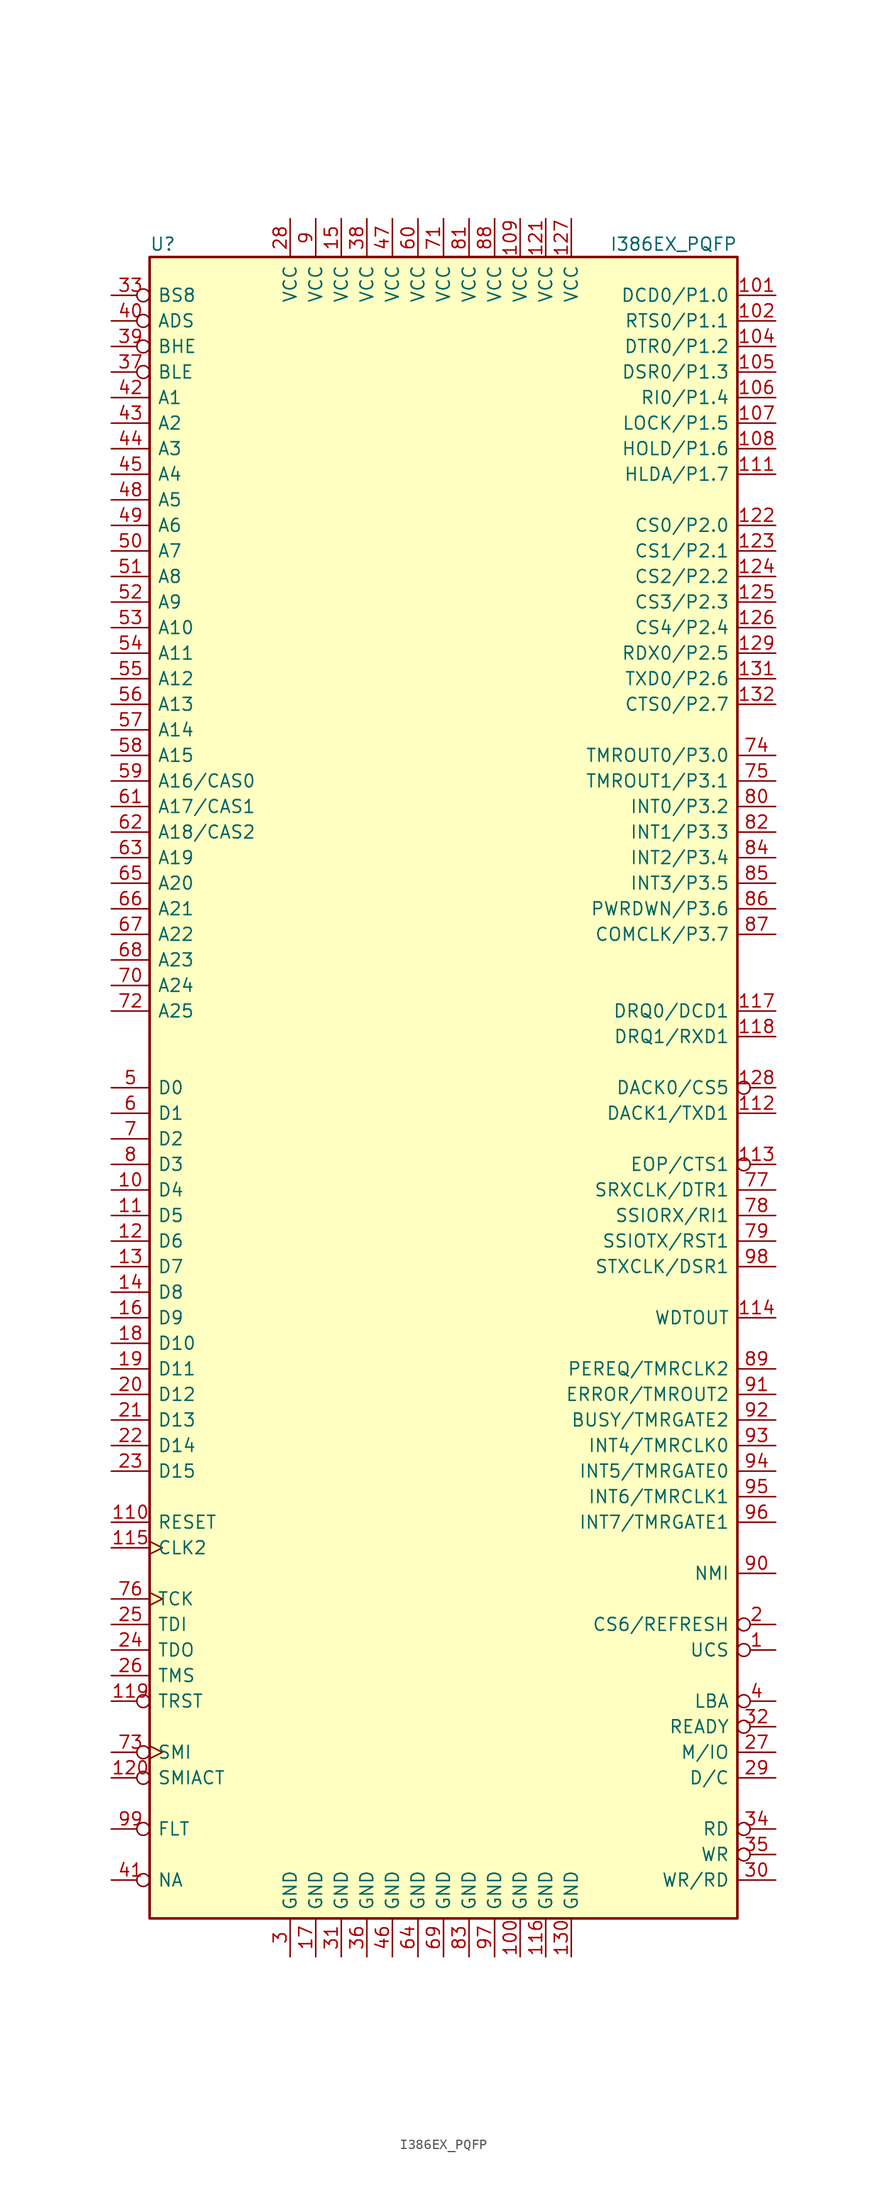
<source format=kicad_sym>
(kicad_symbol_lib
  (version 20201005)
  (generator kicad_symbol_editor)
  (symbol "I386EX_PQFP"
    (pin_names
      (offset 0.762))
    (property "Reference" "U"
      (at -29.21 83.82 0)
      (effects (font (size 1.27 1.27)) (justify left)))
    (property "Value" "I386EX_PQFP"
      (at 16.51 83.82 0)
      (effects (font (size 1.27 1.27)) (justify left)))
    (symbol "I386EX_PQFP_1_1"
      (rectangle (start -29.21 -82.55) (end 29.21 82.55) (stroke (width 0.254)) (fill (type background)))
      (pin output inverted (at 33.02 -55.88 180) (length 3.81) (name "UCS" (effects (font (size 1.27 1.27)))) (number "1" (effects (font (size 1.27 1.27)))))
      (pin tri_state line (at -33.02 -10.16 0) (length 3.81) (name "D4" (effects (font (size 1.27 1.27)))) (number "10" (effects (font (size 1.27 1.27)))))
      (pin power_in line (at 7.62 -86.36 90) (length 3.81) (name "GND" (effects (font (size 1.27 1.27)))) (number "100" (effects (font (size 1.27 1.27)))))
      (pin bidirectional line (at 33.02 78.74 180) (length 3.81) (name "DCD0/P1.0" (effects (font (size 1.27 1.27)))) (number "101" (effects (font (size 1.27 1.27)))))
      (pin bidirectional line (at 33.02 76.2 180) (length 3.81) (name "RTS0/P1.1" (effects (font (size 1.27 1.27)))) (number "102" (effects (font (size 1.27 1.27)))))
      (pin bidirectional line (at 33.02 73.66 180) (length 3.81) (name "DTR0/P1.2" (effects (font (size 1.27 1.27)))) (number "104" (effects (font (size 1.27 1.27)))))
      (pin bidirectional line (at 33.02 71.12 180) (length 3.81) (name "DSR0/P1.3" (effects (font (size 1.27 1.27)))) (number "105" (effects (font (size 1.27 1.27)))))
      (pin bidirectional line (at 33.02 68.58 180) (length 3.81) (name "RI0/P1.4" (effects (font (size 1.27 1.27)))) (number "106" (effects (font (size 1.27 1.27)))))
      (pin bidirectional line (at 33.02 66.04 180) (length 3.81) (name "LOCK/P1.5" (effects (font (size 1.27 1.27)))) (number "107" (effects (font (size 1.27 1.27)))))
      (pin bidirectional line (at 33.02 63.5 180) (length 3.81) (name "HOLD/P1.6" (effects (font (size 1.27 1.27)))) (number "108" (effects (font (size 1.27 1.27)))))
      (pin power_in line (at 7.62 86.36 270) (length 3.81) (name "VCC" (effects (font (size 1.27 1.27)))) (number "109" (effects (font (size 1.27 1.27)))))
      (pin tri_state line (at -33.02 -12.7 0) (length 3.81) (name "D5" (effects (font (size 1.27 1.27)))) (number "11" (effects (font (size 1.27 1.27)))))
      (pin input line (at -33.02 -43.18 0) (length 3.81) (name "RESET" (effects (font (size 1.27 1.27)))) (number "110" (effects (font (size 1.27 1.27)))))
      (pin bidirectional line (at 33.02 60.96 180) (length 3.81) (name "HLDA/P1.7" (effects (font (size 1.27 1.27)))) (number "111" (effects (font (size 1.27 1.27)))))
      (pin output line (at 33.02 -2.54 180) (length 3.81) (name "DACK1/TXD1" (effects (font (size 1.27 1.27)))) (number "112" (effects (font (size 1.27 1.27)))))
      (pin bidirectional inverted (at 33.02 -7.62 180) (length 3.81) (name "EOP/CTS1" (effects (font (size 1.27 1.27)))) (number "113" (effects (font (size 1.27 1.27)))))
      (pin output line (at 33.02 -22.86 180) (length 3.81) (name "WDTOUT" (effects (font (size 1.27 1.27)))) (number "114" (effects (font (size 1.27 1.27)))))
      (pin input clock (at -33.02 -45.72 0) (length 3.81) (name "CLK2" (effects (font (size 1.27 1.27)))) (number "115" (effects (font (size 1.27 1.27)))))
      (pin power_in line (at 10.16 -86.36 90) (length 3.81) (name "GND" (effects (font (size 1.27 1.27)))) (number "116" (effects (font (size 1.27 1.27)))))
      (pin input line (at 33.02 7.62 180) (length 3.81) (name "DRQ0/DCD1" (effects (font (size 1.27 1.27)))) (number "117" (effects (font (size 1.27 1.27)))))
      (pin input line (at 33.02 5.08 180) (length 3.81) (name "DRQ1/RXD1" (effects (font (size 1.27 1.27)))) (number "118" (effects (font (size 1.27 1.27)))))
      (pin input inverted (at -33.02 -60.96 0) (length 3.81) (name "TRST" (effects (font (size 1.27 1.27)))) (number "119" (effects (font (size 1.27 1.27)))))
      (pin tri_state line (at -33.02 -15.24 0) (length 3.81) (name "D6" (effects (font (size 1.27 1.27)))) (number "12" (effects (font (size 1.27 1.27)))))
      (pin output inverted (at -33.02 -68.58 0) (length 3.81) (name "SMIACT" (effects (font (size 1.27 1.27)))) (number "120" (effects (font (size 1.27 1.27)))))
      (pin power_in line (at 10.16 86.36 270) (length 3.81) (name "VCC" (effects (font (size 1.27 1.27)))) (number "121" (effects (font (size 1.27 1.27)))))
      (pin bidirectional line (at 33.02 55.88 180) (length 3.81) (name "CS0/P2.0" (effects (font (size 1.27 1.27)))) (number "122" (effects (font (size 1.27 1.27)))))
      (pin bidirectional line (at 33.02 53.34 180) (length 3.81) (name "CS1/P2.1" (effects (font (size 1.27 1.27)))) (number "123" (effects (font (size 1.27 1.27)))))
      (pin bidirectional line (at 33.02 50.8 180) (length 3.81) (name "CS2/P2.2" (effects (font (size 1.27 1.27)))) (number "124" (effects (font (size 1.27 1.27)))))
      (pin bidirectional line (at 33.02 48.26 180) (length 3.81) (name "CS3/P2.3" (effects (font (size 1.27 1.27)))) (number "125" (effects (font (size 1.27 1.27)))))
      (pin bidirectional line (at 33.02 45.72 180) (length 3.81) (name "CS4/P2.4" (effects (font (size 1.27 1.27)))) (number "126" (effects (font (size 1.27 1.27)))))
      (pin power_in line (at 12.7 86.36 270) (length 3.81) (name "VCC" (effects (font (size 1.27 1.27)))) (number "127" (effects (font (size 1.27 1.27)))))
      (pin output inverted (at 33.02 0 180) (length 3.81) (name "DACK0/CS5" (effects (font (size 1.27 1.27)))) (number "128" (effects (font (size 1.27 1.27)))))
      (pin bidirectional line (at 33.02 43.18 180) (length 3.81) (name "RDX0/P2.5" (effects (font (size 1.27 1.27)))) (number "129" (effects (font (size 1.27 1.27)))))
      (pin tri_state line (at -33.02 -17.78 0) (length 3.81) (name "D7" (effects (font (size 1.27 1.27)))) (number "13" (effects (font (size 1.27 1.27)))))
      (pin power_in line (at 12.7 -86.36 90) (length 3.81) (name "GND" (effects (font (size 1.27 1.27)))) (number "130" (effects (font (size 1.27 1.27)))))
      (pin bidirectional line (at 33.02 40.64 180) (length 3.81) (name "TXD0/P2.6" (effects (font (size 1.27 1.27)))) (number "131" (effects (font (size 1.27 1.27)))))
      (pin bidirectional line (at 33.02 38.1 180) (length 3.81) (name "CTS0/P2.7" (effects (font (size 1.27 1.27)))) (number "132" (effects (font (size 1.27 1.27)))))
      (pin tri_state line (at -33.02 -20.32 0) (length 3.81) (name "D8" (effects (font (size 1.27 1.27)))) (number "14" (effects (font (size 1.27 1.27)))))
      (pin power_in line (at -10.16 86.36 270) (length 3.81) (name "VCC" (effects (font (size 1.27 1.27)))) (number "15" (effects (font (size 1.27 1.27)))))
      (pin tri_state line (at -33.02 -22.86 0) (length 3.81) (name "D9" (effects (font (size 1.27 1.27)))) (number "16" (effects (font (size 1.27 1.27)))))
      (pin power_in line (at -12.7 -86.36 90) (length 3.81) (name "GND" (effects (font (size 1.27 1.27)))) (number "17" (effects (font (size 1.27 1.27)))))
      (pin tri_state line (at -33.02 -25.4 0) (length 3.81) (name "D10" (effects (font (size 1.27 1.27)))) (number "18" (effects (font (size 1.27 1.27)))))
      (pin tri_state line (at -33.02 -27.94 0) (length 3.81) (name "D11" (effects (font (size 1.27 1.27)))) (number "19" (effects (font (size 1.27 1.27)))))
      (pin output inverted (at 33.02 -53.34 180) (length 3.81) (name "CS6/REFRESH" (effects (font (size 1.27 1.27)))) (number "2" (effects (font (size 1.27 1.27)))))
      (pin tri_state line (at -33.02 -30.48 0) (length 3.81) (name "D12" (effects (font (size 1.27 1.27)))) (number "20" (effects (font (size 1.27 1.27)))))
      (pin tri_state line (at -33.02 -33.02 0) (length 3.81) (name "D13" (effects (font (size 1.27 1.27)))) (number "21" (effects (font (size 1.27 1.27)))))
      (pin tri_state line (at -33.02 -35.56 0) (length 3.81) (name "D14" (effects (font (size 1.27 1.27)))) (number "22" (effects (font (size 1.27 1.27)))))
      (pin tri_state line (at -33.02 -38.1 0) (length 3.81) (name "D15" (effects (font (size 1.27 1.27)))) (number "23" (effects (font (size 1.27 1.27)))))
      (pin output line (at -33.02 -55.88 0) (length 3.81) (name "TDO" (effects (font (size 1.27 1.27)))) (number "24" (effects (font (size 1.27 1.27)))))
      (pin input line (at -33.02 -53.34 0) (length 3.81) (name "TDI" (effects (font (size 1.27 1.27)))) (number "25" (effects (font (size 1.27 1.27)))))
      (pin input line (at -33.02 -58.42 0) (length 3.81) (name "TMS" (effects (font (size 1.27 1.27)))) (number "26" (effects (font (size 1.27 1.27)))))
      (pin output line (at 33.02 -66.04 180) (length 3.81) (name "M/IO" (effects (font (size 1.27 1.27)))) (number "27" (effects (font (size 1.27 1.27)))))
      (pin power_in line (at -15.24 86.36 270) (length 3.81) (name "VCC" (effects (font (size 1.27 1.27)))) (number "28" (effects (font (size 1.27 1.27)))))
      (pin output line (at 33.02 -68.58 180) (length 3.81) (name "D/C" (effects (font (size 1.27 1.27)))) (number "29" (effects (font (size 1.27 1.27)))))
      (pin power_in line (at -15.24 -86.36 90) (length 3.81) (name "GND" (effects (font (size 1.27 1.27)))) (number "3" (effects (font (size 1.27 1.27)))))
      (pin output line (at 33.02 -78.74 180) (length 3.81) (name "WR/RD" (effects (font (size 1.27 1.27)))) (number "30" (effects (font (size 1.27 1.27)))))
      (pin power_in line (at -10.16 -86.36 90) (length 3.81) (name "GND" (effects (font (size 1.27 1.27)))) (number "31" (effects (font (size 1.27 1.27)))))
      (pin bidirectional inverted (at 33.02 -63.5 180) (length 3.81) (name "READY" (effects (font (size 1.27 1.27)))) (number "32" (effects (font (size 1.27 1.27)))))
      (pin input inverted (at -33.02 78.74 0) (length 3.81) (name "BS8" (effects (font (size 1.27 1.27)))) (number "33" (effects (font (size 1.27 1.27)))))
      (pin output inverted (at 33.02 -73.66 180) (length 3.81) (name "RD" (effects (font (size 1.27 1.27)))) (number "34" (effects (font (size 1.27 1.27)))))
      (pin output inverted (at 33.02 -76.2 180) (length 3.81) (name "WR" (effects (font (size 1.27 1.27)))) (number "35" (effects (font (size 1.27 1.27)))))
      (pin power_in line (at -7.62 -86.36 90) (length 3.81) (name "GND" (effects (font (size 1.27 1.27)))) (number "36" (effects (font (size 1.27 1.27)))))
      (pin output inverted (at -33.02 71.12 0) (length 3.81) (name "BLE" (effects (font (size 1.27 1.27)))) (number "37" (effects (font (size 1.27 1.27)))))
      (pin power_in line (at -7.62 86.36 270) (length 3.81) (name "VCC" (effects (font (size 1.27 1.27)))) (number "38" (effects (font (size 1.27 1.27)))))
      (pin output inverted (at -33.02 73.66 0) (length 3.81) (name "BHE" (effects (font (size 1.27 1.27)))) (number "39" (effects (font (size 1.27 1.27)))))
      (pin output inverted (at 33.02 -60.96 180) (length 3.81) (name "LBA" (effects (font (size 1.27 1.27)))) (number "4" (effects (font (size 1.27 1.27)))))
      (pin output inverted (at -33.02 76.2 0) (length 3.81) (name "ADS" (effects (font (size 1.27 1.27)))) (number "40" (effects (font (size 1.27 1.27)))))
      (pin input inverted (at -33.02 -78.74 0) (length 3.81) (name "NA" (effects (font (size 1.27 1.27)))) (number "41" (effects (font (size 1.27 1.27)))))
      (pin tri_state line (at -33.02 68.58 0) (length 3.81) (name "A1" (effects (font (size 1.27 1.27)))) (number "42" (effects (font (size 1.27 1.27)))))
      (pin tri_state line (at -33.02 66.04 0) (length 3.81) (name "A2" (effects (font (size 1.27 1.27)))) (number "43" (effects (font (size 1.27 1.27)))))
      (pin tri_state line (at -33.02 63.5 0) (length 3.81) (name "A3" (effects (font (size 1.27 1.27)))) (number "44" (effects (font (size 1.27 1.27)))))
      (pin tri_state line (at -33.02 60.96 0) (length 3.81) (name "A4" (effects (font (size 1.27 1.27)))) (number "45" (effects (font (size 1.27 1.27)))))
      (pin power_in line (at -5.08 -86.36 90) (length 3.81) (name "GND" (effects (font (size 1.27 1.27)))) (number "46" (effects (font (size 1.27 1.27)))))
      (pin power_in line (at -5.08 86.36 270) (length 3.81) (name "VCC" (effects (font (size 1.27 1.27)))) (number "47" (effects (font (size 1.27 1.27)))))
      (pin tri_state line (at -33.02 58.42 0) (length 3.81) (name "A5" (effects (font (size 1.27 1.27)))) (number "48" (effects (font (size 1.27 1.27)))))
      (pin tri_state line (at -33.02 55.88 0) (length 3.81) (name "A6" (effects (font (size 1.27 1.27)))) (number "49" (effects (font (size 1.27 1.27)))))
      (pin tri_state line (at -33.02 0 0) (length 3.81) (name "D0" (effects (font (size 1.27 1.27)))) (number "5" (effects (font (size 1.27 1.27)))))
      (pin tri_state line (at -33.02 53.34 0) (length 3.81) (name "A7" (effects (font (size 1.27 1.27)))) (number "50" (effects (font (size 1.27 1.27)))))
      (pin tri_state line (at -33.02 50.8 0) (length 3.81) (name "A8" (effects (font (size 1.27 1.27)))) (number "51" (effects (font (size 1.27 1.27)))))
      (pin tri_state line (at -33.02 48.26 0) (length 3.81) (name "A9" (effects (font (size 1.27 1.27)))) (number "52" (effects (font (size 1.27 1.27)))))
      (pin tri_state line (at -33.02 45.72 0) (length 3.81) (name "A10" (effects (font (size 1.27 1.27)))) (number "53" (effects (font (size 1.27 1.27)))))
      (pin tri_state line (at -33.02 43.18 0) (length 3.81) (name "A11" (effects (font (size 1.27 1.27)))) (number "54" (effects (font (size 1.27 1.27)))))
      (pin tri_state line (at -33.02 40.64 0) (length 3.81) (name "A12" (effects (font (size 1.27 1.27)))) (number "55" (effects (font (size 1.27 1.27)))))
      (pin tri_state line (at -33.02 38.1 0) (length 3.81) (name "A13" (effects (font (size 1.27 1.27)))) (number "56" (effects (font (size 1.27 1.27)))))
      (pin tri_state line (at -33.02 35.56 0) (length 3.81) (name "A14" (effects (font (size 1.27 1.27)))) (number "57" (effects (font (size 1.27 1.27)))))
      (pin tri_state line (at -33.02 33.02 0) (length 3.81) (name "A15" (effects (font (size 1.27 1.27)))) (number "58" (effects (font (size 1.27 1.27)))))
      (pin tri_state line (at -33.02 30.48 0) (length 3.81) (name "A16/CAS0" (effects (font (size 1.27 1.27)))) (number "59" (effects (font (size 1.27 1.27)))))
      (pin tri_state line (at -33.02 -2.54 0) (length 3.81) (name "D1" (effects (font (size 1.27 1.27)))) (number "6" (effects (font (size 1.27 1.27)))))
      (pin power_in line (at -2.54 86.36 270) (length 3.81) (name "VCC" (effects (font (size 1.27 1.27)))) (number "60" (effects (font (size 1.27 1.27)))))
      (pin tri_state line (at -33.02 27.94 0) (length 3.81) (name "A17/CAS1" (effects (font (size 1.27 1.27)))) (number "61" (effects (font (size 1.27 1.27)))))
      (pin tri_state line (at -33.02 25.4 0) (length 3.81) (name "A18/CAS2" (effects (font (size 1.27 1.27)))) (number "62" (effects (font (size 1.27 1.27)))))
      (pin tri_state line (at -33.02 22.86 0) (length 3.81) (name "A19" (effects (font (size 1.27 1.27)))) (number "63" (effects (font (size 1.27 1.27)))))
      (pin power_in line (at -2.54 -86.36 90) (length 3.81) (name "GND" (effects (font (size 1.27 1.27)))) (number "64" (effects (font (size 1.27 1.27)))))
      (pin tri_state line (at -33.02 20.32 0) (length 3.81) (name "A20" (effects (font (size 1.27 1.27)))) (number "65" (effects (font (size 1.27 1.27)))))
      (pin tri_state line (at -33.02 17.78 0) (length 3.81) (name "A21" (effects (font (size 1.27 1.27)))) (number "66" (effects (font (size 1.27 1.27)))))
      (pin tri_state line (at -33.02 15.24 0) (length 3.81) (name "A22" (effects (font (size 1.27 1.27)))) (number "67" (effects (font (size 1.27 1.27)))))
      (pin tri_state line (at -33.02 12.7 0) (length 3.81) (name "A23" (effects (font (size 1.27 1.27)))) (number "68" (effects (font (size 1.27 1.27)))))
      (pin power_in line (at 0 -86.36 90) (length 3.81) (name "GND" (effects (font (size 1.27 1.27)))) (number "69" (effects (font (size 1.27 1.27)))))
      (pin tri_state line (at -33.02 -5.08 0) (length 3.81) (name "D2" (effects (font (size 1.27 1.27)))) (number "7" (effects (font (size 1.27 1.27)))))
      (pin tri_state line (at -33.02 10.16 0) (length 3.81) (name "A24" (effects (font (size 1.27 1.27)))) (number "70" (effects (font (size 1.27 1.27)))))
      (pin power_in line (at 0 86.36 270) (length 3.81) (name "VCC" (effects (font (size 1.27 1.27)))) (number "71" (effects (font (size 1.27 1.27)))))
      (pin tri_state line (at -33.02 7.62 0) (length 3.81) (name "A25" (effects (font (size 1.27 1.27)))) (number "72" (effects (font (size 1.27 1.27)))))
      (pin input inverted_clock (at -33.02 -66.04 0) (length 3.81) (name "SMI" (effects (font (size 1.27 1.27)))) (number "73" (effects (font (size 1.27 1.27)))))
      (pin bidirectional line (at 33.02 33.02 180) (length 3.81) (name "TMROUT0/P3.0" (effects (font (size 1.27 1.27)))) (number "74" (effects (font (size 1.27 1.27)))))
      (pin bidirectional line (at 33.02 30.48 180) (length 3.81) (name "TMROUT1/P3.1" (effects (font (size 1.27 1.27)))) (number "75" (effects (font (size 1.27 1.27)))))
      (pin input clock (at -33.02 -50.8 0) (length 3.81) (name "TCK" (effects (font (size 1.27 1.27)))) (number "76" (effects (font (size 1.27 1.27)))))
      (pin bidirectional line (at 33.02 -10.16 180) (length 3.81) (name "SRXCLK/DTR1" (effects (font (size 1.27 1.27)))) (number "77" (effects (font (size 1.27 1.27)))))
      (pin input line (at 33.02 -12.7 180) (length 3.81) (name "SSIORX/RI1" (effects (font (size 1.27 1.27)))) (number "78" (effects (font (size 1.27 1.27)))))
      (pin bidirectional line (at 33.02 -15.24 180) (length 3.81) (name "SSIOTX/RST1" (effects (font (size 1.27 1.27)))) (number "79" (effects (font (size 1.27 1.27)))))
      (pin tri_state line (at -33.02 -7.62 0) (length 3.81) (name "D3" (effects (font (size 1.27 1.27)))) (number "8" (effects (font (size 1.27 1.27)))))
      (pin bidirectional line (at 33.02 27.94 180) (length 3.81) (name "INT0/P3.2" (effects (font (size 1.27 1.27)))) (number "80" (effects (font (size 1.27 1.27)))))
      (pin power_in line (at 2.54 86.36 270) (length 3.81) (name "VCC" (effects (font (size 1.27 1.27)))) (number "81" (effects (font (size 1.27 1.27)))))
      (pin bidirectional line (at 33.02 25.4 180) (length 3.81) (name "INT1/P3.3" (effects (font (size 1.27 1.27)))) (number "82" (effects (font (size 1.27 1.27)))))
      (pin power_in line (at 2.54 -86.36 90) (length 3.81) (name "GND" (effects (font (size 1.27 1.27)))) (number "83" (effects (font (size 1.27 1.27)))))
      (pin bidirectional line (at 33.02 22.86 180) (length 3.81) (name "INT2/P3.4" (effects (font (size 1.27 1.27)))) (number "84" (effects (font (size 1.27 1.27)))))
      (pin bidirectional line (at 33.02 20.32 180) (length 3.81) (name "INT3/P3.5" (effects (font (size 1.27 1.27)))) (number "85" (effects (font (size 1.27 1.27)))))
      (pin bidirectional line (at 33.02 17.78 180) (length 3.81) (name "PWRDWN/P3.6" (effects (font (size 1.27 1.27)))) (number "86" (effects (font (size 1.27 1.27)))))
      (pin bidirectional line (at 33.02 15.24 180) (length 3.81) (name "COMCLK/P3.7" (effects (font (size 1.27 1.27)))) (number "87" (effects (font (size 1.27 1.27)))))
      (pin power_in line (at 5.08 86.36 270) (length 3.81) (name "VCC" (effects (font (size 1.27 1.27)))) (number "88" (effects (font (size 1.27 1.27)))))
      (pin input line (at 33.02 -27.94 180) (length 3.81) (name "PEREQ/TMRCLK2" (effects (font (size 1.27 1.27)))) (number "89" (effects (font (size 1.27 1.27)))))
      (pin power_in line (at -12.7 86.36 270) (length 3.81) (name "VCC" (effects (font (size 1.27 1.27)))) (number "9" (effects (font (size 1.27 1.27)))))
      (pin input line (at 33.02 -48.26 180) (length 3.81) (name "NMI" (effects (font (size 1.27 1.27)))) (number "90" (effects (font (size 1.27 1.27)))))
      (pin bidirectional line (at 33.02 -30.48 180) (length 3.81) (name "ERROR/TMROUT2" (effects (font (size 1.27 1.27)))) (number "91" (effects (font (size 1.27 1.27)))))
      (pin input line (at 33.02 -33.02 180) (length 3.81) (name "BUSY/TMRGATE2" (effects (font (size 1.27 1.27)))) (number "92" (effects (font (size 1.27 1.27)))))
      (pin input line (at 33.02 -35.56 180) (length 3.81) (name "INT4/TMRCLK0" (effects (font (size 1.27 1.27)))) (number "93" (effects (font (size 1.27 1.27)))))
      (pin input line (at 33.02 -38.1 180) (length 3.81) (name "INT5/TMRGATE0" (effects (font (size 1.27 1.27)))) (number "94" (effects (font (size 1.27 1.27)))))
      (pin input line (at 33.02 -40.64 180) (length 3.81) (name "INT6/TMRCLK1" (effects (font (size 1.27 1.27)))) (number "95" (effects (font (size 1.27 1.27)))))
      (pin input line (at 33.02 -43.18 180) (length 3.81) (name "INT7/TMRGATE1" (effects (font (size 1.27 1.27)))) (number "96" (effects (font (size 1.27 1.27)))))
      (pin power_in line (at 5.08 -86.36 90) (length 3.81) (name "GND" (effects (font (size 1.27 1.27)))) (number "97" (effects (font (size 1.27 1.27)))))
      (pin bidirectional line (at 33.02 -17.78 180) (length 3.81) (name "STXCLK/DSR1" (effects (font (size 1.27 1.27)))) (number "98" (effects (font (size 1.27 1.27)))))
      (pin input inverted (at -33.02 -73.66 0) (length 3.81) (name "FLT" (effects (font (size 1.27 1.27)))) (number "99" (effects (font (size 1.27 1.27))))))))
</source>
